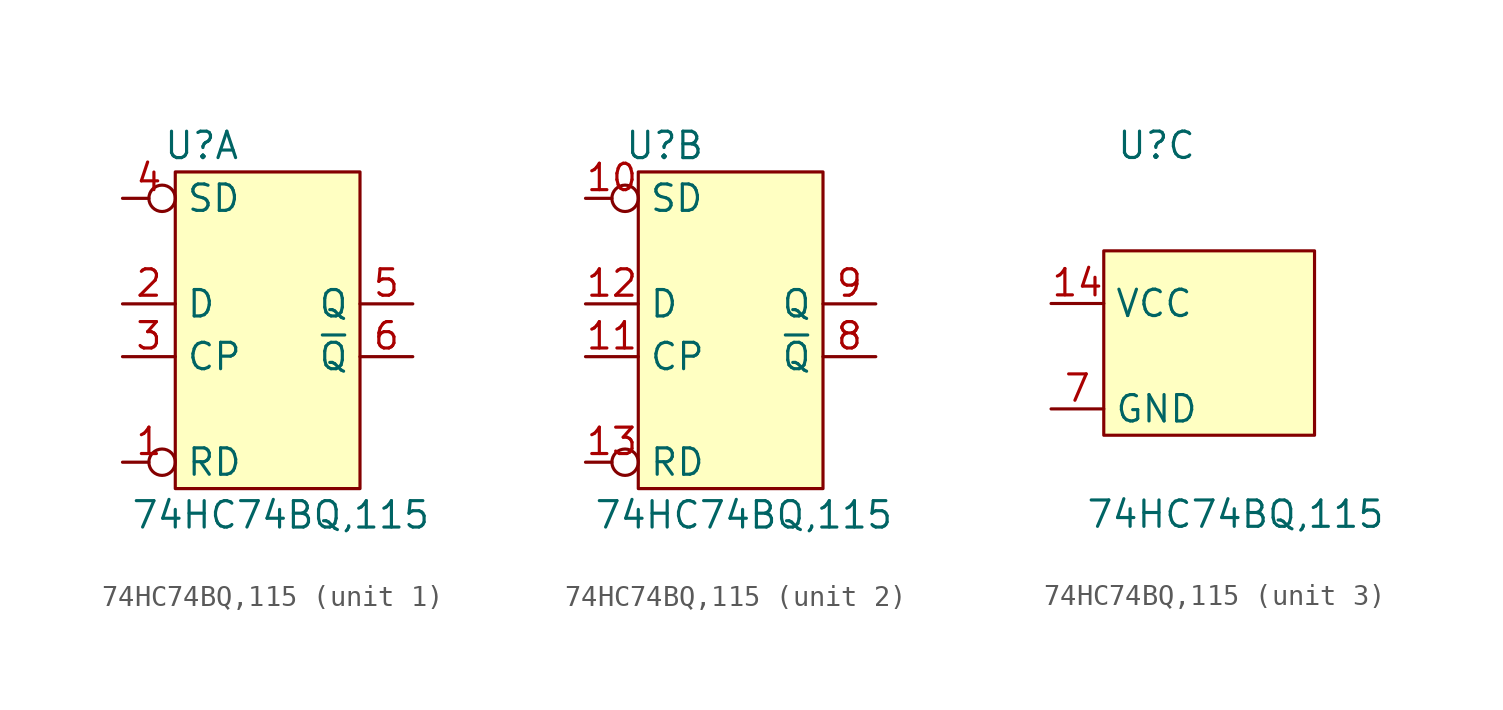
<source format=kicad_sym>
(kicad_symbol_lib
  (version 20211014)
  (generator kicad_symbol_editor)
  (symbol "74HC74BQ,115"
    (property "Reference" "U"
      (at -7.62 12.7 0)
      (effects (font (size 1.27 1.27))))
    (property "Value" "74HC74BQ,115"
      (at -3.81 -5.08 0)
      (effects (font (size 1.27 1.27))))
    (property "ki_locked" ""
      (at 0 0 0)
      (effects (font (size 1.27 1.27))))
    (symbol "74HC74BQ,115_1_1"
      (rectangle (start -8.89 11.43) (end 0 -3.81) (stroke (width 0.152) (type default) (color 0 0 0 0)) (fill (type background)))
      (pin input inverted (at -11.43 -2.54 0) (length 2.54) (name "RD" (effects (font (size 1.27 1.27)))) (number "1" (effects (font (size 1.27 1.27)))))
      (pin input line (at -11.43 5.08 0) (length 2.54) (name "D" (effects (font (size 1.27 1.27)))) (number "2" (effects (font (size 1.27 1.27)))))
      (pin input line (at -11.43 2.54 0) (length 2.54) (name "CP" (effects (font (size 1.27 1.27)))) (number "3" (effects (font (size 1.27 1.27)))))
      (pin input inverted (at -11.43 10.16 0) (length 2.54) (name "SD" (effects (font (size 1.27 1.27)))) (number "4" (effects (font (size 1.27 1.27)))))
      (pin output line (at 2.54 5.08 180) (length 2.54) (name "Q" (effects (font (size 1.27 1.27)))) (number "5" (effects (font (size 1.27 1.27)))))
      (pin output line (at 2.54 2.54 180) (length 2.54) (name "~{Q}" (effects (font (size 1.27 1.27)))) (number "6" (effects (font (size 1.27 1.27))))))
    (symbol "74HC74BQ,115_2_1"
      (rectangle (start -8.89 11.43) (end 0 -3.81) (stroke (width 0.152) (type default) (color 0 0 0 0)) (fill (type background)))
      (pin input inverted (at -11.43 10.16 0) (length 2.54) (name "SD" (effects (font (size 1.27 1.27)))) (number "10" (effects (font (size 1.27 1.27)))))
      (pin input line (at -11.43 2.54 0) (length 2.54) (name "CP" (effects (font (size 1.27 1.27)))) (number "11" (effects (font (size 1.27 1.27)))))
      (pin input line (at -11.43 5.08 0) (length 2.54) (name "D" (effects (font (size 1.27 1.27)))) (number "12" (effects (font (size 1.27 1.27)))))
      (pin input inverted (at -11.43 -2.54 0) (length 2.54) (name "RD" (effects (font (size 1.27 1.27)))) (number "13" (effects (font (size 1.27 1.27)))))
      (pin output line (at 2.54 2.54 180) (length 2.54) (name "~{Q}" (effects (font (size 1.27 1.27)))) (number "8" (effects (font (size 1.27 1.27)))))
      (pin output line (at 2.54 5.08 180) (length 2.54) (name "Q" (effects (font (size 1.27 1.27)))) (number "9" (effects (font (size 1.27 1.27))))))
    (symbol "74HC74BQ,115_3_1"
      (rectangle (start -10.16 7.62) (end 0 -1.27) (stroke (width 0.152) (type default) (color 0 0 0 0)) (fill (type background)))
      (pin power_in line (at -12.7 5.08 0) (length 2.54) (name "VCC" (effects (font (size 1.27 1.27)))) (number "14" (effects (font (size 1.27 1.27)))))
      (pin power_in line (at -12.7 0 0) (length 2.54) (name "GND" (effects (font (size 1.27 1.27)))) (number "7" (effects (font (size 1.27 1.27))))))))
</source>
